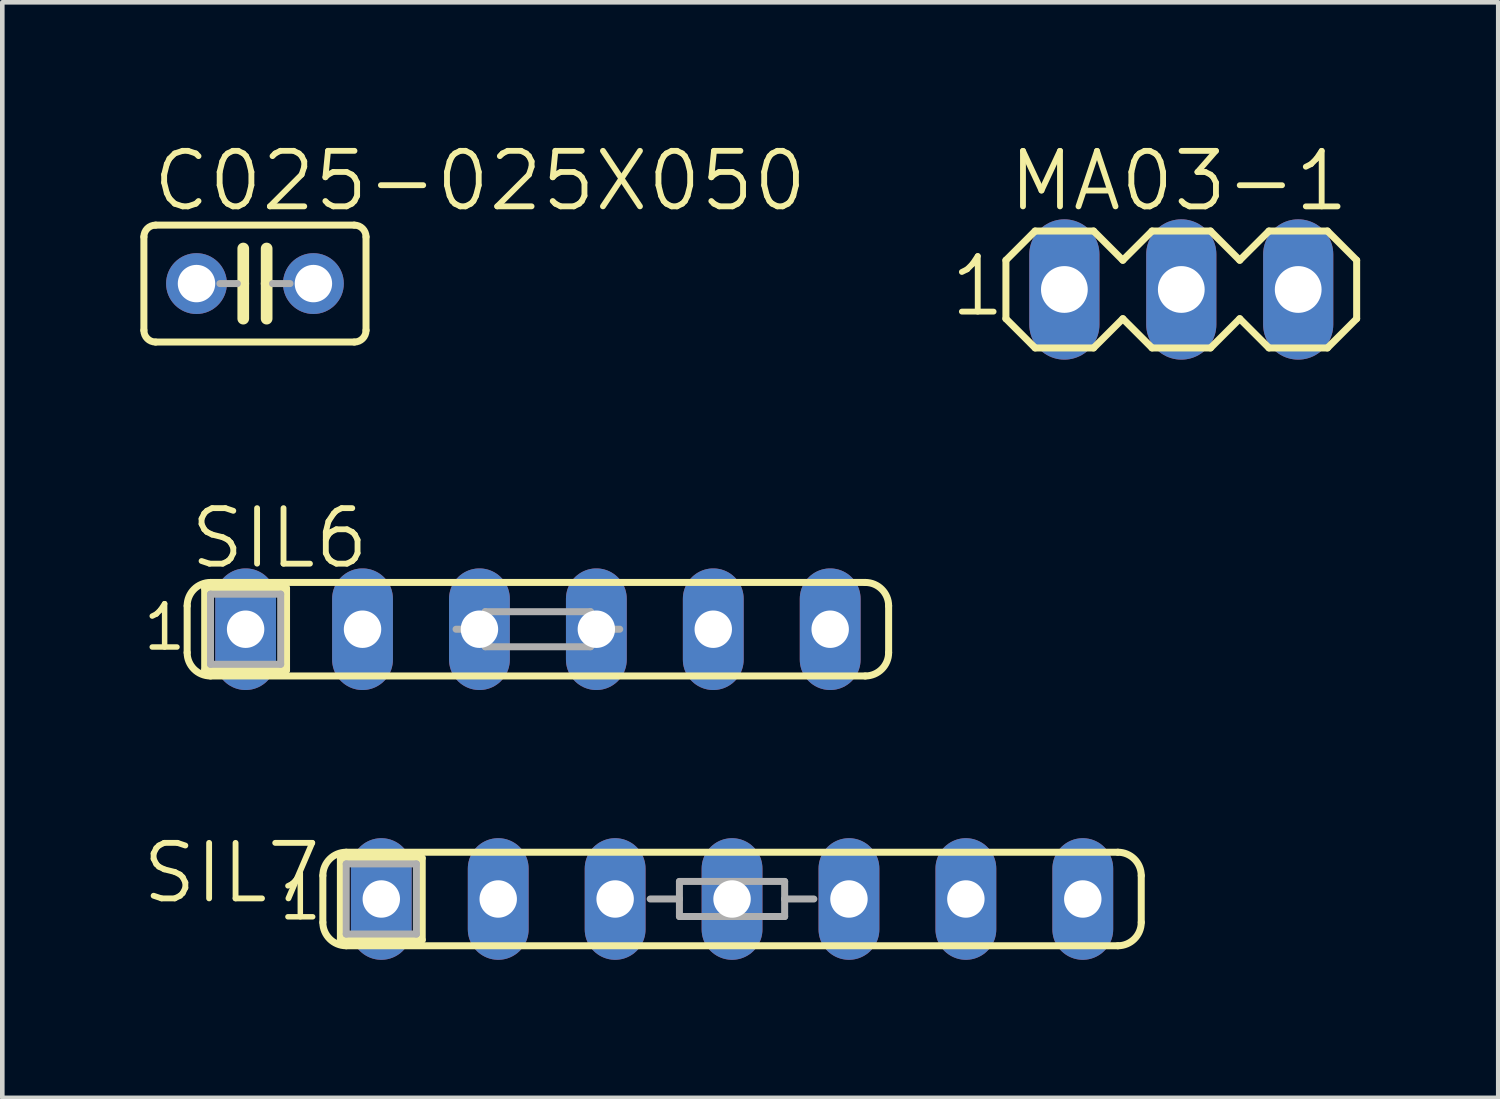
<source format=kicad_pcb>
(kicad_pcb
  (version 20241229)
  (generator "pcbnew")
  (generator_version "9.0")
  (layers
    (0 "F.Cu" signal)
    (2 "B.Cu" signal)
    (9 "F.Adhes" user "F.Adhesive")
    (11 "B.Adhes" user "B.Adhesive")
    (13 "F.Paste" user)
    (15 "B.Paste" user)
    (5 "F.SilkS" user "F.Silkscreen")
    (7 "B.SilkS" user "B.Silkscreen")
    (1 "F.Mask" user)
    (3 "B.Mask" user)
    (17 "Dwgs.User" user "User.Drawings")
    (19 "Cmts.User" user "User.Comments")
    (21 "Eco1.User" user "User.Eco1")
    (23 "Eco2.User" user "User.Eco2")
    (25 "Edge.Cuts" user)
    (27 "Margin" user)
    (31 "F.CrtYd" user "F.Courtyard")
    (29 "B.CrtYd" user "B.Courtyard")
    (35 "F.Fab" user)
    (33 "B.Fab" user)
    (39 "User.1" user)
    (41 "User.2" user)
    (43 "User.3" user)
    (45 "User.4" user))
  (footprint "SIL7"
    (layer "F.Cu")
    (at 12.854 16.481)
    (property "Reference" "SIL7" (at -8.865 -1.27 0) (layer "F.SilkS") (effects (font (size 1.206 1.206) (thickness 0.127)) (justify right top)))
    (attr through_hole)
    (fp_line (start -8.89 -0.508) (end -8.89 0.508) (stroke (width 0.152) (type solid)) (layer "F.SilkS"))
    (fp_line (start -8.509 -0.889) (end -8.509 0.889) (stroke (width 0.152) (type solid)) (layer "F.SilkS"))
    (fp_line (start -8.382 1.016) (end 8.382 1.016) (stroke (width 0.152) (type solid)) (layer "F.SilkS"))
    (fp_line (start -6.731 -0.889) (end -8.509 -0.889) (stroke (width 0.152) (type solid)) (layer "F.SilkS"))
    (fp_line (start -6.731 -0.889) (end -6.731 0.889) (stroke (width 0.152) (type solid)) (layer "F.SilkS"))
    (fp_line (start -6.731 0.889) (end -8.509 0.889) (stroke (width 0.152) (type solid)) (layer "F.SilkS"))
    (fp_line (start 8.382 -1.016) (end -8.382 -1.016) (stroke (width 0.152) (type solid)) (layer "F.SilkS"))
    (fp_line (start 8.89 0.508) (end 8.89 -0.508) (stroke (width 0.152) (type solid)) (layer "F.SilkS"))
    (fp_arc (start -8.89 -0.508) (mid -8.74121 -0.86721) (end -8.381999 -1.015999) (stroke (width 0.1524) (type solid)) (layer "F.SilkS"))
    (fp_arc (start -8.381999 1.015999) (mid -8.74121 0.86721) (end -8.89 0.508) (stroke (width 0.1524) (type solid)) (layer "F.SilkS"))
    (fp_arc (start 8.382 -1.016) (mid 8.741211 -0.86721) (end 8.890001 -0.507999) (stroke (width 0.1524) (type solid)) (layer "F.SilkS"))
    (fp_arc (start 8.890001 0.507999) (mid 8.741211 0.86721) (end 8.382 1.016) (stroke (width 0.1524) (type solid)) (layer "F.SilkS"))
    (fp_line (start -8.382 -0.762) (end -6.858 -0.762) (stroke (width 0.152) (type solid)) (layer "F.Fab"))
    (fp_line (start -8.382 0.762) (end -8.382 -0.762) (stroke (width 0.152) (type solid)) (layer "F.Fab"))
    (fp_line (start -6.858 -0.762) (end -6.858 0.762) (stroke (width 0.152) (type solid)) (layer "F.Fab"))
    (fp_line (start -6.858 0.762) (end -8.382 0.762) (stroke (width 0.152) (type solid)) (layer "F.Fab"))
    (fp_line (start -1.778 0) (end -1.143 0) (stroke (width 0.152) (type solid)) (layer "F.Fab"))
    (fp_line (start -1.143 -0.381) (end 1.143 -0.381) (stroke (width 0.152) (type solid)) (layer "F.Fab"))
    (fp_line (start -1.143 0) (end -1.143 -0.381) (stroke (width 0.152) (type solid)) (layer "F.Fab"))
    (fp_line (start -1.143 0.381) (end -1.143 0) (stroke (width 0.152) (type solid)) (layer "F.Fab"))
    (fp_line (start 1.143 -0.381) (end 1.143 0) (stroke (width 0.152) (type solid)) (layer "F.Fab"))
    (fp_line (start 1.143 0) (end 1.143 0.381) (stroke (width 0.152) (type solid)) (layer "F.Fab"))
    (fp_line (start 1.143 0.381) (end -1.143 0.381) (stroke (width 0.152) (type solid)) (layer "F.Fab"))
    (fp_line (start 1.778 0) (end 1.143 0) (stroke (width 0.152) (type solid)) (layer "F.Fab"))
    (fp_text user "1" (at -9.906 0.508 0) (layer "F.SilkS") (effects (font (size 0.941 0.941) (thickness 0.119)) (justify left bottom)))
    (pad "1" thru_hole oval (at -7.62 0 90) (size 2.642 1.321) (drill 0.813) (layers "*.Cu" "*.Mask"))
    (pad "2" thru_hole oval (at -5.08 0 90) (size 2.642 1.321) (drill 0.813) (layers "*.Cu" "*.Mask"))
    (pad "3" thru_hole oval (at -2.54 0 90) (size 2.642 1.321) (drill 0.813) (layers "*.Cu" "*.Mask"))
    (pad "4" thru_hole oval (at 0 0 90) (size 2.642 1.321) (drill 0.813) (layers "*.Cu" "*.Mask"))
    (pad "5" thru_hole oval (at 2.54 0 90) (size 2.642 1.321) (drill 0.813) (layers "*.Cu" "*.Mask"))
    (pad "6" thru_hole oval (at 5.08 0 90) (size 2.642 1.321) (drill 0.813) (layers "*.Cu" "*.Mask"))
    (pad "7" thru_hole oval (at 7.62 0 90) (size 2.642 1.321) (drill 0.813) (layers "*.Cu" "*.Mask")))
  (footprint "MA03-1"
    (layer "F.Cu")
    (at 22.614 3.239)
    (property "Reference" "MA03-1" (at -3.81 -1.651 0) (layer "F.SilkS") (effects (font (size 1.206 1.206) (thickness 0.127)) (justify left bottom)))
    (attr through_hole)
    (fp_line (start -3.81 -0.635) (end -3.81 0.635) (stroke (width 0.152) (type solid)) (layer "F.SilkS"))
    (fp_line (start -3.81 0.635) (end -3.175 1.27) (stroke (width 0.152) (type solid)) (layer "F.SilkS"))
    (fp_line (start -3.175 -1.27) (end -3.81 -0.635) (stroke (width 0.152) (type solid)) (layer "F.SilkS"))
    (fp_line (start -3.175 -1.27) (end -1.905 -1.27) (stroke (width 0.152) (type solid)) (layer "F.SilkS"))
    (fp_line (start -1.905 -1.27) (end -1.27 -0.635) (stroke (width 0.152) (type solid)) (layer "F.SilkS"))
    (fp_line (start -1.905 1.27) (end -3.175 1.27) (stroke (width 0.152) (type solid)) (layer "F.SilkS"))
    (fp_line (start -1.27 -0.635) (end -0.635 -1.27) (stroke (width 0.152) (type solid)) (layer "F.SilkS"))
    (fp_line (start -1.27 0.635) (end -1.905 1.27) (stroke (width 0.152) (type solid)) (layer "F.SilkS"))
    (fp_line (start -0.635 -1.27) (end 0.635 -1.27) (stroke (width 0.152) (type solid)) (layer "F.SilkS"))
    (fp_line (start -0.635 1.27) (end -1.27 0.635) (stroke (width 0.152) (type solid)) (layer "F.SilkS"))
    (fp_line (start 0.635 -1.27) (end 1.27 -0.635) (stroke (width 0.152) (type solid)) (layer "F.SilkS"))
    (fp_line (start 0.635 1.27) (end -0.635 1.27) (stroke (width 0.152) (type solid)) (layer "F.SilkS"))
    (fp_line (start 1.27 -0.635) (end 1.905 -1.27) (stroke (width 0.152) (type solid)) (layer "F.SilkS"))
    (fp_line (start 1.27 0.635) (end 0.635 1.27) (stroke (width 0.152) (type solid)) (layer "F.SilkS"))
    (fp_line (start 1.905 -1.27) (end 3.175 -1.27) (stroke (width 0.152) (type solid)) (layer "F.SilkS"))
    (fp_line (start 1.905 1.27) (end 1.27 0.635) (stroke (width 0.152) (type solid)) (layer "F.SilkS"))
    (fp_line (start 3.175 -1.27) (end 3.81 -0.635) (stroke (width 0.152) (type solid)) (layer "F.SilkS"))
    (fp_line (start 3.175 1.27) (end 1.905 1.27) (stroke (width 0.152) (type solid)) (layer "F.SilkS"))
    (fp_line (start 3.81 -0.635) (end 3.81 0.635) (stroke (width 0.152) (type solid)) (layer "F.SilkS"))
    (fp_line (start 3.81 0.635) (end 3.175 1.27) (stroke (width 0.152) (type solid)) (layer "F.SilkS"))
    (fp_poly (pts (xy -2.794 0.254) (xy -2.286 0.254) (xy -2.286 -0.254) (xy -2.794 -0.254)) (stroke (width 0.1) (type solid)) (fill no) (layer "F.Fab"))
    (fp_poly (pts (xy -0.254 0.254) (xy 0.254 0.254) (xy 0.254 -0.254) (xy -0.254 -0.254)) (stroke (width 0.1) (type solid)) (fill no) (layer "F.Fab"))
    (fp_poly (pts (xy 2.286 0.254) (xy 2.794 0.254) (xy 2.794 -0.254) (xy 2.286 -0.254)) (stroke (width 0.1) (type solid)) (fill no) (layer "F.Fab"))
    (fp_text user "1" (at -5.08 0.635 0) (layer "F.SilkS") (effects (font (size 1.206 1.206) (thickness 0.127)) (justify left bottom)))
    (pad "1" thru_hole oval (at -2.54 0 90) (size 3.048 1.524) (drill 1.016) (layers "*.Cu" "*.Mask"))
    (pad "2" thru_hole oval (at 0 0 90) (size 3.048 1.524) (drill 1.016) (layers "*.Cu" "*.Mask"))
    (pad "3" thru_hole oval (at 2.54 0 90) (size 3.048 1.524) (drill 1.016) (layers "*.Cu" "*.Mask")))
  (footprint "C025-025X050"
    (layer "F.Cu")
    (at 2.489 3.111)
    (property "Reference" "C025-025X050" (at -2.286 -1.524 0) (layer "F.SilkS") (effects (font (size 1.206 1.206) (thickness 0.127)) (justify left bottom)))
    (attr through_hole)
    (fp_line (start -2.413 -1.016) (end -2.413 1.016) (stroke (width 0.152) (type solid)) (layer "F.SilkS"))
    (fp_line (start -2.159 -1.27) (end 2.159 -1.27) (stroke (width 0.152) (type solid)) (layer "F.SilkS"))
    (fp_line (start -0.254 -0.762) (end -0.254 0) (stroke (width 0.254) (type solid)) (layer "F.SilkS"))
    (fp_line (start -0.254 0) (end -0.381 0) (stroke (width 0.152) (type solid)) (layer "F.SilkS"))
    (fp_line (start -0.254 0) (end -0.254 0.762) (stroke (width 0.254) (type solid)) (layer "F.SilkS"))
    (fp_line (start 0.254 0) (end 0.254 -0.762) (stroke (width 0.254) (type solid)) (layer "F.SilkS"))
    (fp_line (start 0.254 0) (end 0.254 0.762) (stroke (width 0.254) (type solid)) (layer "F.SilkS"))
    (fp_line (start 0.381 0) (end 0.254 0) (stroke (width 0.152) (type solid)) (layer "F.SilkS"))
    (fp_line (start 2.159 1.27) (end -2.159 1.27) (stroke (width 0.152) (type solid)) (layer "F.SilkS"))
    (fp_line (start 2.413 -1.016) (end 2.413 1.016) (stroke (width 0.152) (type solid)) (layer "F.SilkS"))
    (fp_arc (start -2.413 -1.016) (mid -2.338605 -1.195605) (end -2.159 -1.27) (stroke (width 0.1524) (type solid)) (layer "F.SilkS"))
    (fp_arc (start -2.159 1.27) (mid -2.338605 1.195605) (end -2.413 1.016) (stroke (width 0.1524) (type solid)) (layer "F.SilkS"))
    (fp_arc (start 2.159 -1.27) (mid 2.338605 -1.195605) (end 2.413 -1.016) (stroke (width 0.1524) (type solid)) (layer "F.SilkS"))
    (fp_arc (start 2.413 1.016) (mid 2.338605 1.195605) (end 2.159 1.27) (stroke (width 0.1524) (type solid)) (layer "F.SilkS"))
    (fp_line (start -0.381 0) (end -0.762 0) (stroke (width 0.152) (type solid)) (layer "F.Fab"))
    (fp_line (start 0.762 0) (end 0.381 0) (stroke (width 0.152) (type solid)) (layer "F.Fab"))
    (pad "1" thru_hole circle (at -1.27 0) (size 1.321 1.321) (drill 0.813) (layers "*.Cu" "*.Mask"))
    (pad "2" thru_hole circle (at 1.27 0) (size 1.321 1.321) (drill 0.813) (layers "*.Cu" "*.Mask")))
  (footprint "SIL6"
    (layer "F.Cu")
    (at 8.636 10.62)
    (property "Reference" "SIL6" (at -7.62 -1.27 0) (layer "F.SilkS") (effects (font (size 1.206 1.206) (thickness 0.127)) (justify left bottom)))
    (attr through_hole)
    (fp_line (start -7.62 -0.508) (end -7.62 0.508) (stroke (width 0.152) (type solid)) (layer "F.SilkS"))
    (fp_line (start -7.239 -0.889) (end -7.239 0.889) (stroke (width 0.152) (type solid)) (layer "F.SilkS"))
    (fp_line (start -7.112 -1.016) (end 7.112 -1.016) (stroke (width 0.152) (type solid)) (layer "F.SilkS"))
    (fp_line (start -7.112 1.016) (end 7.112 1.016) (stroke (width 0.152) (type solid)) (layer "F.SilkS"))
    (fp_line (start -5.461 -0.889) (end -7.239 -0.889) (stroke (width 0.152) (type solid)) (layer "F.SilkS"))
    (fp_line (start -5.461 -0.889) (end -5.461 0.889) (stroke (width 0.152) (type solid)) (layer "F.SilkS"))
    (fp_line (start -5.461 0.889) (end -7.239 0.889) (stroke (width 0.152) (type solid)) (layer "F.SilkS"))
    (fp_line (start 7.62 -0.508) (end 7.62 0.508) (stroke (width 0.152) (type solid)) (layer "F.SilkS"))
    (fp_arc (start -7.62 -0.508) (mid -7.47121 -0.86721) (end -7.111999 -1.015999) (stroke (width 0.1524) (type solid)) (layer "F.SilkS"))
    (fp_arc (start -7.111999 1.015999) (mid -7.47121 0.86721) (end -7.62 0.508) (stroke (width 0.1524) (type solid)) (layer "F.SilkS"))
    (fp_arc (start 7.112 -1.016) (mid 7.471211 -0.86721) (end 7.620001 -0.507999) (stroke (width 0.1524) (type solid)) (layer "F.SilkS"))
    (fp_arc (start 7.620001 0.507999) (mid 7.471211 0.86721) (end 7.112 1.016) (stroke (width 0.1524) (type solid)) (layer "F.SilkS"))
    (fp_line (start -7.112 -0.762) (end -5.588 -0.762) (stroke (width 0.152) (type solid)) (layer "F.Fab"))
    (fp_line (start -7.112 0.762) (end -7.112 -0.762) (stroke (width 0.152) (type solid)) (layer "F.Fab"))
    (fp_line (start -5.588 -0.762) (end -5.588 0.762) (stroke (width 0.152) (type solid)) (layer "F.Fab"))
    (fp_line (start -5.588 0.762) (end -7.112 0.762) (stroke (width 0.152) (type solid)) (layer "F.Fab"))
    (fp_line (start -1.778 0) (end -1.143 0) (stroke (width 0.152) (type solid)) (layer "F.Fab"))
    (fp_line (start -1.143 -0.381) (end 1.143 -0.381) (stroke (width 0.152) (type solid)) (layer "F.Fab"))
    (fp_line (start -1.143 0) (end -1.143 -0.381) (stroke (width 0.152) (type solid)) (layer "F.Fab"))
    (fp_line (start -1.143 0.381) (end -1.143 0) (stroke (width 0.152) (type solid)) (layer "F.Fab"))
    (fp_line (start 1.143 -0.381) (end 1.143 0) (stroke (width 0.152) (type solid)) (layer "F.Fab"))
    (fp_line (start 1.143 0) (end 1.143 0.381) (stroke (width 0.152) (type solid)) (layer "F.Fab"))
    (fp_line (start 1.143 0.381) (end -1.143 0.381) (stroke (width 0.152) (type solid)) (layer "F.Fab"))
    (fp_line (start 1.778 0) (end 1.143 0) (stroke (width 0.152) (type solid)) (layer "F.Fab"))
    (fp_text user "1" (at -8.636 0.508 0) (layer "F.SilkS") (effects (font (size 0.941 0.941) (thickness 0.119)) (justify left bottom)))
    (pad "1" thru_hole oval (at -6.35 0 90) (size 2.642 1.321) (drill 0.813) (layers "*.Cu" "*.Mask"))
    (pad "2" thru_hole oval (at -3.81 0 90) (size 2.642 1.321) (drill 0.813) (layers "*.Cu" "*.Mask"))
    (pad "3" thru_hole oval (at -1.27 0 90) (size 2.642 1.321) (drill 0.813) (layers "*.Cu" "*.Mask"))
    (pad "4" thru_hole oval (at 1.27 0 90) (size 2.642 1.321) (drill 0.813) (layers "*.Cu" "*.Mask"))
    (pad "5" thru_hole oval (at 3.81 0 90) (size 2.642 1.321) (drill 0.813) (layers "*.Cu" "*.Mask"))
    (pad "6" thru_hole oval (at 6.35 0 90) (size 2.642 1.321) (drill 0.813) (layers "*.Cu" "*.Mask")))
  (gr_rect
    (start -3 -3)
    (end 29.5 20.801)
    (stroke (width 0.1) (type default))
    (fill no)
    (layer "Edge.Cuts")))
</source>
